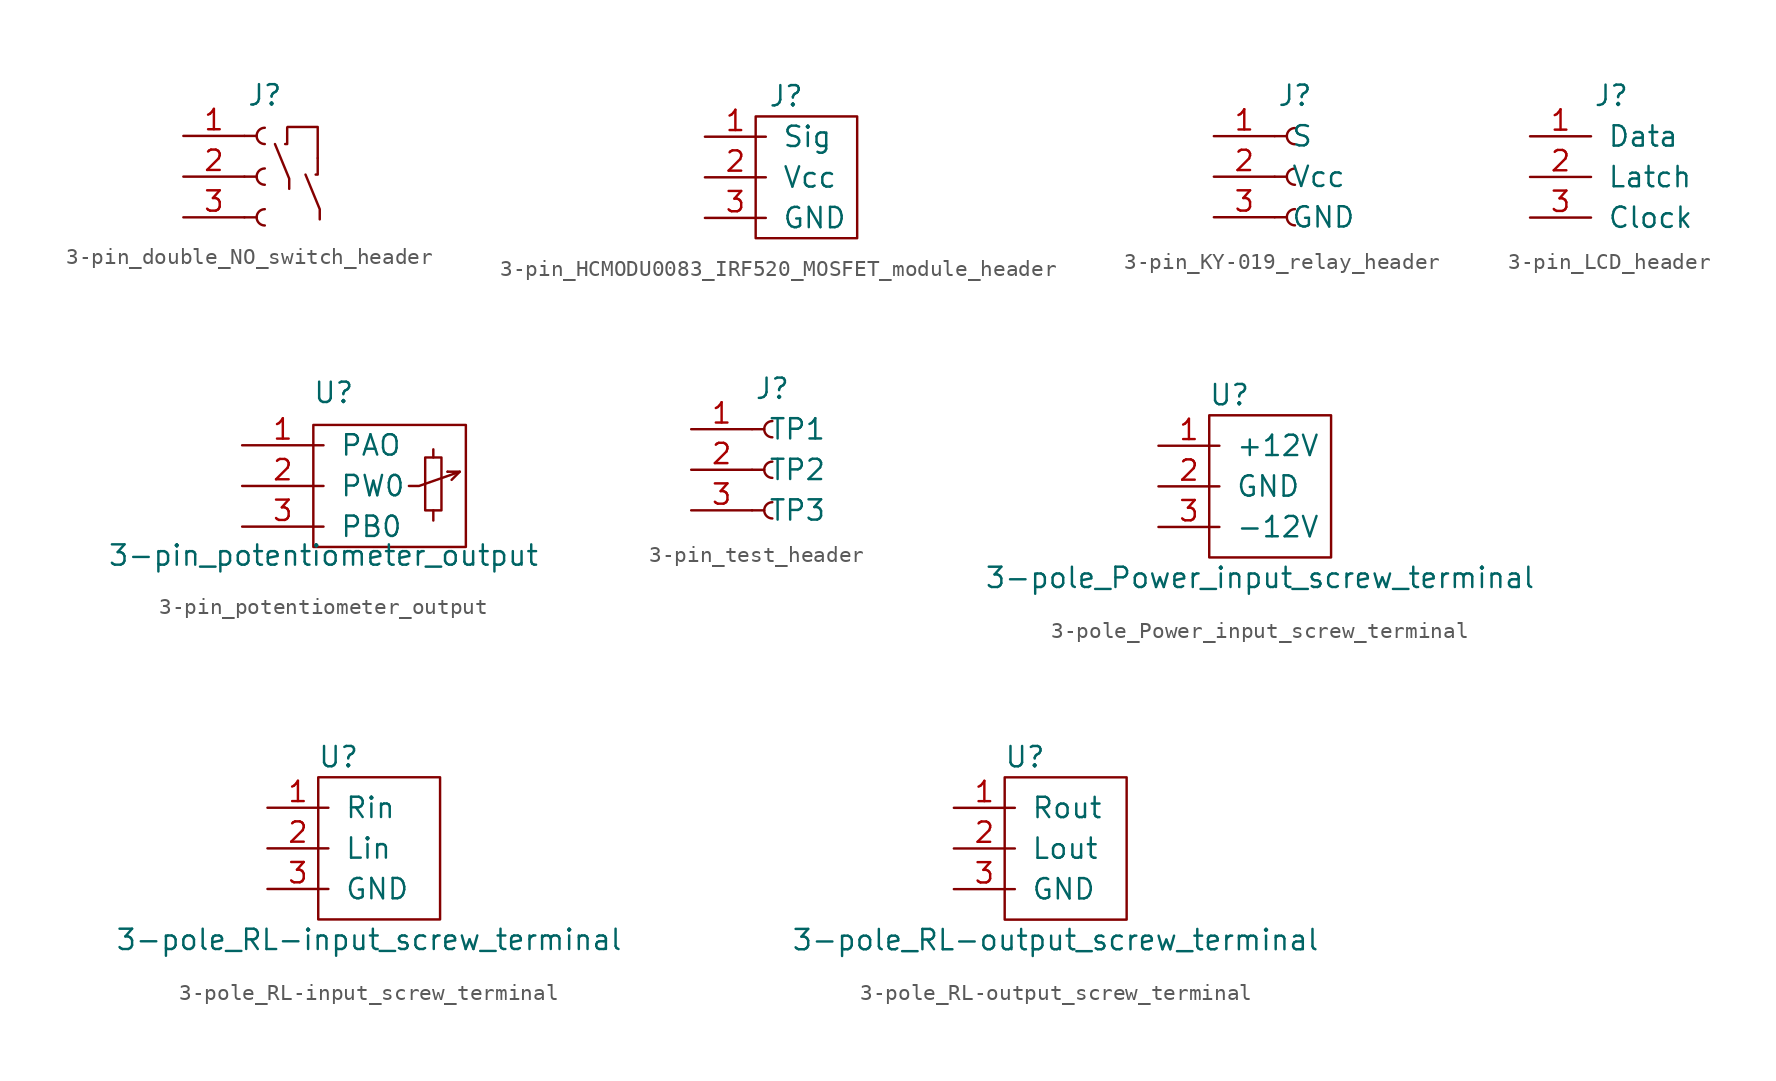
<source format=kicad_sym>
(kicad_symbol_lib
  (version 20231120)
  (generator "kicad_symbol_editor")
  (generator_version "8.0")
  (symbol "3-pin_double_NO_switch_header"
    (pin_names
      (offset 1.016) hide)
    (property "Reference" "J"
      (at 0 2.54 0)
      (effects (font (size 1.27 1.27))))
    (symbol "3-pin_double_NO_switch_header_0_1"
      (polyline (pts (xy 1.524 -3.302) (xy 1.524 -2.667) (xy 0.635 -0.508)) (stroke (width 0) (type default)) (fill (type none)))
      (polyline (pts (xy 1.27 -0.508) (xy 1.397 -0.508) (xy 1.397 0.508) (xy 1.397 0.381)) (stroke (width 0) (type default)) (fill (type none)))
      (polyline (pts (xy 1.422 0.559) (xy 3.302 0.559) (xy 3.302 -1.321) (xy 3.302 -1.372) (xy 3.302 -1.321)) (stroke (width 0) (type default)) (fill (type none))))
    (symbol "3-pin_double_NO_switch_header_1_1"
      (arc (start 0 -4.572) (mid -0.5058 -5.08) (end 0 -5.588) (stroke (width 0.1524) (type default)) (fill (type none)))
      (arc (start 0 -2.032) (mid -0.5058 -2.54) (end 0 -3.048) (stroke (width 0.1524) (type default)) (fill (type none)))
      (polyline (pts (xy -1.27 -5.08) (xy -0.508 -5.08)) (stroke (width 0.152) (type default)) (fill (type none)))
      (polyline (pts (xy -1.27 -2.54) (xy -0.508 -2.54)) (stroke (width 0.152) (type default)) (fill (type none)))
      (polyline (pts (xy -1.27 0) (xy -0.508 0)) (stroke (width 0.152) (type default)) (fill (type none)))
      (polyline (pts (xy 3.429 -5.207) (xy 3.429 -4.572) (xy 2.54 -2.413)) (stroke (width 0) (type default)) (fill (type none)))
      (polyline (pts (xy 3.175 -2.413) (xy 3.302 -2.413) (xy 3.302 -1.397) (xy 3.302 -1.524)) (stroke (width 0) (type default)) (fill (type none)))
      (arc (start 0 0.508) (mid -0.5058 0) (end 0 -0.508) (stroke (width 0.1524) (type default)) (fill (type none)))
      (pin input line (at -5.08 0 0) (length 3.81) (name "+" (effects (font (size 1.27 1.27)))) (number "1" (effects (font (size 1.27 1.27)))))
      (pin output line (at -5.08 -2.54 0) (length 3.81) (name "Sig" (effects (font (size 1.27 1.27)))) (number "2" (effects (font (size 1.27 1.27)))))
      (pin output line (at -5.08 -5.08 0) (length 3.81) (name "Sig" (effects (font (size 1.27 1.27)))) (number "3" (effects (font (size 1.27 1.27)))))))
  (symbol "3-pin_HCMODU0083_IRF520_MOSFET_module_header"
    (pin_names
      (offset 1.016))
    (property "Reference" "J"
      (at 0 5.08 0)
      (effects (font (size 1.27 1.27))))
    (symbol "3-pin_HCMODU0083_IRF520_MOSFET_module_header_0_1"
      (polyline (pts (xy -1.905 3.81) (xy -1.905 -3.81) (xy 4.445 -3.81) (xy 4.445 3.81) (xy -1.905 3.81)) (stroke (width 0) (type default)) (fill (type none))))
    (symbol "3-pin_HCMODU0083_IRF520_MOSFET_module_header_1_1"
      (pin input line (at -5.08 2.54 0) (length 3.81) (name "Sig" (effects (font (size 1.27 1.27)))) (number "1" (effects (font (size 1.27 1.27)))))
      (pin power_in line (at -5.08 0 0) (length 3.81) (name "Vcc" (effects (font (size 1.27 1.27)))) (number "2" (effects (font (size 1.27 1.27)))))
      (pin power_in line (at -5.08 -2.54 0) (length 3.81) (name "GND" (effects (font (size 1.27 1.27)))) (number "3" (effects (font (size 1.27 1.27)))))))
  (symbol "3-pin_KY-019_relay_header"
    (pin_names
      (offset 1.016))
    (property "Reference" "J"
      (at 0 5.08 0)
      (effects (font (size 1.27 1.27))))
    (symbol "3-pin_KY-019_relay_header_1_1"
      (arc (start 0 -2.032) (mid -0.5058 -2.54) (end 0 -3.048) (stroke (width 0.1524) (type default)) (fill (type none)))
      (polyline (pts (xy -1.27 -2.54) (xy -0.508 -2.54)) (stroke (width 0.152) (type default)) (fill (type none)))
      (polyline (pts (xy -1.27 0) (xy -0.508 0)) (stroke (width 0.152) (type default)) (fill (type none)))
      (polyline (pts (xy -1.27 2.54) (xy -0.508 2.54)) (stroke (width 0.152) (type default)) (fill (type none)))
      (arc (start 0 0.508) (mid -0.5058 0) (end 0 -0.508) (stroke (width 0.1524) (type default)) (fill (type none)))
      (arc (start 0 3.048) (mid -0.5058 2.54) (end 0 2.032) (stroke (width 0.1524) (type default)) (fill (type none)))
      (pin input line (at -5.08 2.54 0) (length 3.81) (name "S" (effects (font (size 1.27 1.27)))) (number "1" (effects (font (size 1.27 1.27)))))
      (pin power_in line (at -5.08 0 0) (length 3.81) (name "Vcc" (effects (font (size 1.27 1.27)))) (number "2" (effects (font (size 1.27 1.27)))))
      (pin power_in line (at -5.08 -2.54 0) (length 3.81) (name "GND" (effects (font (size 1.27 1.27)))) (number "3" (effects (font (size 1.27 1.27)))))))
  (symbol "3-pin_LCD_header"
    (pin_names
      (offset 1.016))
    (property "Reference" "J"
      (at 0 5.08 0)
      (effects (font (size 1.27 1.27))))
    (symbol "3-pin_LCD_header_1_1"
      (pin input line (at -5.08 2.54 0) (length 3.81) (name "Data" (effects (font (size 1.27 1.27)))) (number "1" (effects (font (size 1.27 1.27)))))
      (pin input line (at -5.08 0 0) (length 3.81) (name "Latch" (effects (font (size 1.27 1.27)))) (number "2" (effects (font (size 1.27 1.27)))))
      (pin input line (at -5.08 -2.54 0) (length 3.81) (name "Clock" (effects (font (size 1.27 1.27)))) (number "3" (effects (font (size 1.27 1.27)))))))
  (symbol "3-pin_potentiometer_output"
    (pin_names
      (offset 1.016))
    (property "Reference" "U"
      (at 5.715 2.54 0)
      (effects (font (size 1.27 1.27)) (justify bottom)))
    (property "Value" "3-pin_potentiometer_output"
      (at 5.08 -7.62 0)
      (effects (font (size 1.27 1.27)) (justify bottom)))
    (symbol "3-pin_potentiometer_output_0_1"
      (polyline (pts (xy 11.938 -4.064) (xy 11.938 -4.699)) (stroke (width 0) (type default)) (fill (type none)))
      (polyline (pts (xy 11.938 -0.254) (xy 11.938 -0.762)) (stroke (width 0) (type default)) (fill (type none)))
      (polyline (pts (xy 12.827 -1.651) (xy 12.827 -1.651)) (stroke (width 0) (type default)) (fill (type none)))
      (polyline (pts (xy 13.589 -1.651) (xy 13.081 -2.159)) (stroke (width 0) (type default)) (fill (type none)))
      (polyline (pts (xy 10.414 -2.54) (xy 11.049 -2.54) (xy 13.589 -1.651) (xy 12.827 -1.651)) (stroke (width 0) (type default)) (fill (type none)))
      (polyline (pts (xy 4.445 1.27) (xy 13.97 1.27) (xy 13.97 -6.35) (xy 4.445 -6.35) (xy 4.445 1.27)) (stroke (width 0) (type default)) (fill (type none)))
      (polyline (pts (xy 11.43 -0.762) (xy 12.446 -0.762) (xy 12.446 -4.064) (xy 11.43 -4.064) (xy 11.43 -0.762)) (stroke (width 0) (type default)) (fill (type none))))
    (symbol "3-pin_potentiometer_output_1_1"
      (pin input line (at 0 0 0) (length 5.08) (name "PAO" (effects (font (size 1.27 1.27)))) (number "1" (effects (font (size 1.27 1.27)))))
      (pin output line (at 0 -2.54 0) (length 5.08) (name "PW0" (effects (font (size 1.27 1.27)))) (number "2" (effects (font (size 1.27 1.27)))))
      (pin input line (at 0 -5.08 0) (length 5.08) (name "PB0" (effects (font (size 1.27 1.27)))) (number "3" (effects (font (size 1.27 1.27)))))))
  (symbol "3-pin_test_header"
    (pin_names
      (offset 1.016))
    (property "Reference" "J"
      (at 0 5.08 0)
      (effects (font (size 1.27 1.27))))
    (symbol "3-pin_test_header_1_1"
      (arc (start 0 -2.032) (mid -0.5058 -2.54) (end 0 -3.048) (stroke (width 0.1524) (type default)) (fill (type none)))
      (polyline (pts (xy -1.27 -2.54) (xy -0.508 -2.54)) (stroke (width 0.152) (type default)) (fill (type none)))
      (polyline (pts (xy -1.27 0) (xy -0.508 0)) (stroke (width 0.152) (type default)) (fill (type none)))
      (polyline (pts (xy -1.27 2.54) (xy -0.508 2.54)) (stroke (width 0.152) (type default)) (fill (type none)))
      (arc (start 0 0.508) (mid -0.5058 0) (end 0 -0.508) (stroke (width 0.1524) (type default)) (fill (type none)))
      (arc (start 0 3.048) (mid -0.5058 2.54) (end 0 2.032) (stroke (width 0.1524) (type default)) (fill (type none)))
      (pin input line (at -5.08 2.54 0) (length 3.81) (name "TP1" (effects (font (size 1.27 1.27)))) (number "1" (effects (font (size 1.27 1.27)))))
      (pin input line (at -5.08 0 0) (length 3.81) (name "TP2" (effects (font (size 1.27 1.27)))) (number "2" (effects (font (size 1.27 1.27)))))
      (pin input line (at -5.08 -2.54 0) (length 3.81) (name "TP3" (effects (font (size 1.27 1.27)))) (number "3" (effects (font (size 1.27 1.27)))))))
  (symbol "3-pole_Power_input_screw_terminal"
    (pin_names
      (offset 1.016))
    (property "Reference" "U"
      (at 4.445 3.175 0)
      (effects (font (size 1.27 1.27))))
    (property "Value" "3-pole_Power_input_screw_terminal"
      (at 6.35 -8.255 0)
      (effects (font (size 1.27 1.27))))
    (symbol "3-pole_Power_input_screw_terminal_0_1"
      (rectangle (start 3.175 1.905) (end 10.795 -6.985) (stroke (width 0) (type default)) (fill (type none))))
    (symbol "3-pole_Power_input_screw_terminal_1_1"
      (pin power_in line (at 0 0 0) (length 3.81) (name "+12V" (effects (font (size 1.27 1.27)))) (number "1" (effects (font (size 1.27 1.27)))))
      (pin power_in line (at 0 -2.54 0) (length 3.81) (name "GND" (effects (font (size 1.27 1.27)))) (number "2" (effects (font (size 1.27 1.27)))))
      (pin power_in line (at 0 -5.08 0) (length 3.81) (name "-12V" (effects (font (size 1.27 1.27)))) (number "3" (effects (font (size 1.27 1.27)))))))
  (symbol "3-pole_RL-input_screw_terminal"
    (pin_names
      (offset 1.016))
    (property "Reference" "U"
      (at 4.445 3.175 0)
      (effects (font (size 1.27 1.27))))
    (property "Value" "3-pole_RL-input_screw_terminal"
      (at 6.35 -8.255 0)
      (effects (font (size 1.27 1.27))))
    (symbol "3-pole_RL-input_screw_terminal_0_1"
      (rectangle (start 3.175 1.905) (end 10.795 -6.985) (stroke (width 0) (type default)) (fill (type none))))
    (symbol "3-pole_RL-input_screw_terminal_1_1"
      (pin input line (at 0 0 0) (length 3.81) (name "Rin" (effects (font (size 1.27 1.27)))) (number "1" (effects (font (size 1.27 1.27)))))
      (pin input line (at 0 -2.54 0) (length 3.81) (name "Lin" (effects (font (size 1.27 1.27)))) (number "2" (effects (font (size 1.27 1.27)))))
      (pin input line (at 0 -5.08 0) (length 3.81) (name "GND" (effects (font (size 1.27 1.27)))) (number "3" (effects (font (size 1.27 1.27)))))))
  (symbol "3-pole_RL-output_screw_terminal"
    (pin_names
      (offset 1.016))
    (property "Reference" "U"
      (at 4.445 3.175 0)
      (effects (font (size 1.27 1.27))))
    (property "Value" "3-pole_RL-output_screw_terminal"
      (at 6.35 -8.255 0)
      (effects (font (size 1.27 1.27))))
    (symbol "3-pole_RL-output_screw_terminal_0_1"
      (rectangle (start 3.175 1.905) (end 10.795 -6.985) (stroke (width 0) (type default)) (fill (type none))))
    (symbol "3-pole_RL-output_screw_terminal_1_1"
      (pin output line (at 0 0 0) (length 3.81) (name "Rout" (effects (font (size 1.27 1.27)))) (number "1" (effects (font (size 1.27 1.27)))))
      (pin output line (at 0 -2.54 0) (length 3.81) (name "Lout" (effects (font (size 1.27 1.27)))) (number "2" (effects (font (size 1.27 1.27)))))
      (pin output line (at 0 -5.08 0) (length 3.81) (name "GND" (effects (font (size 1.27 1.27)))) (number "3" (effects (font (size 1.27 1.27))))))))
</source>
